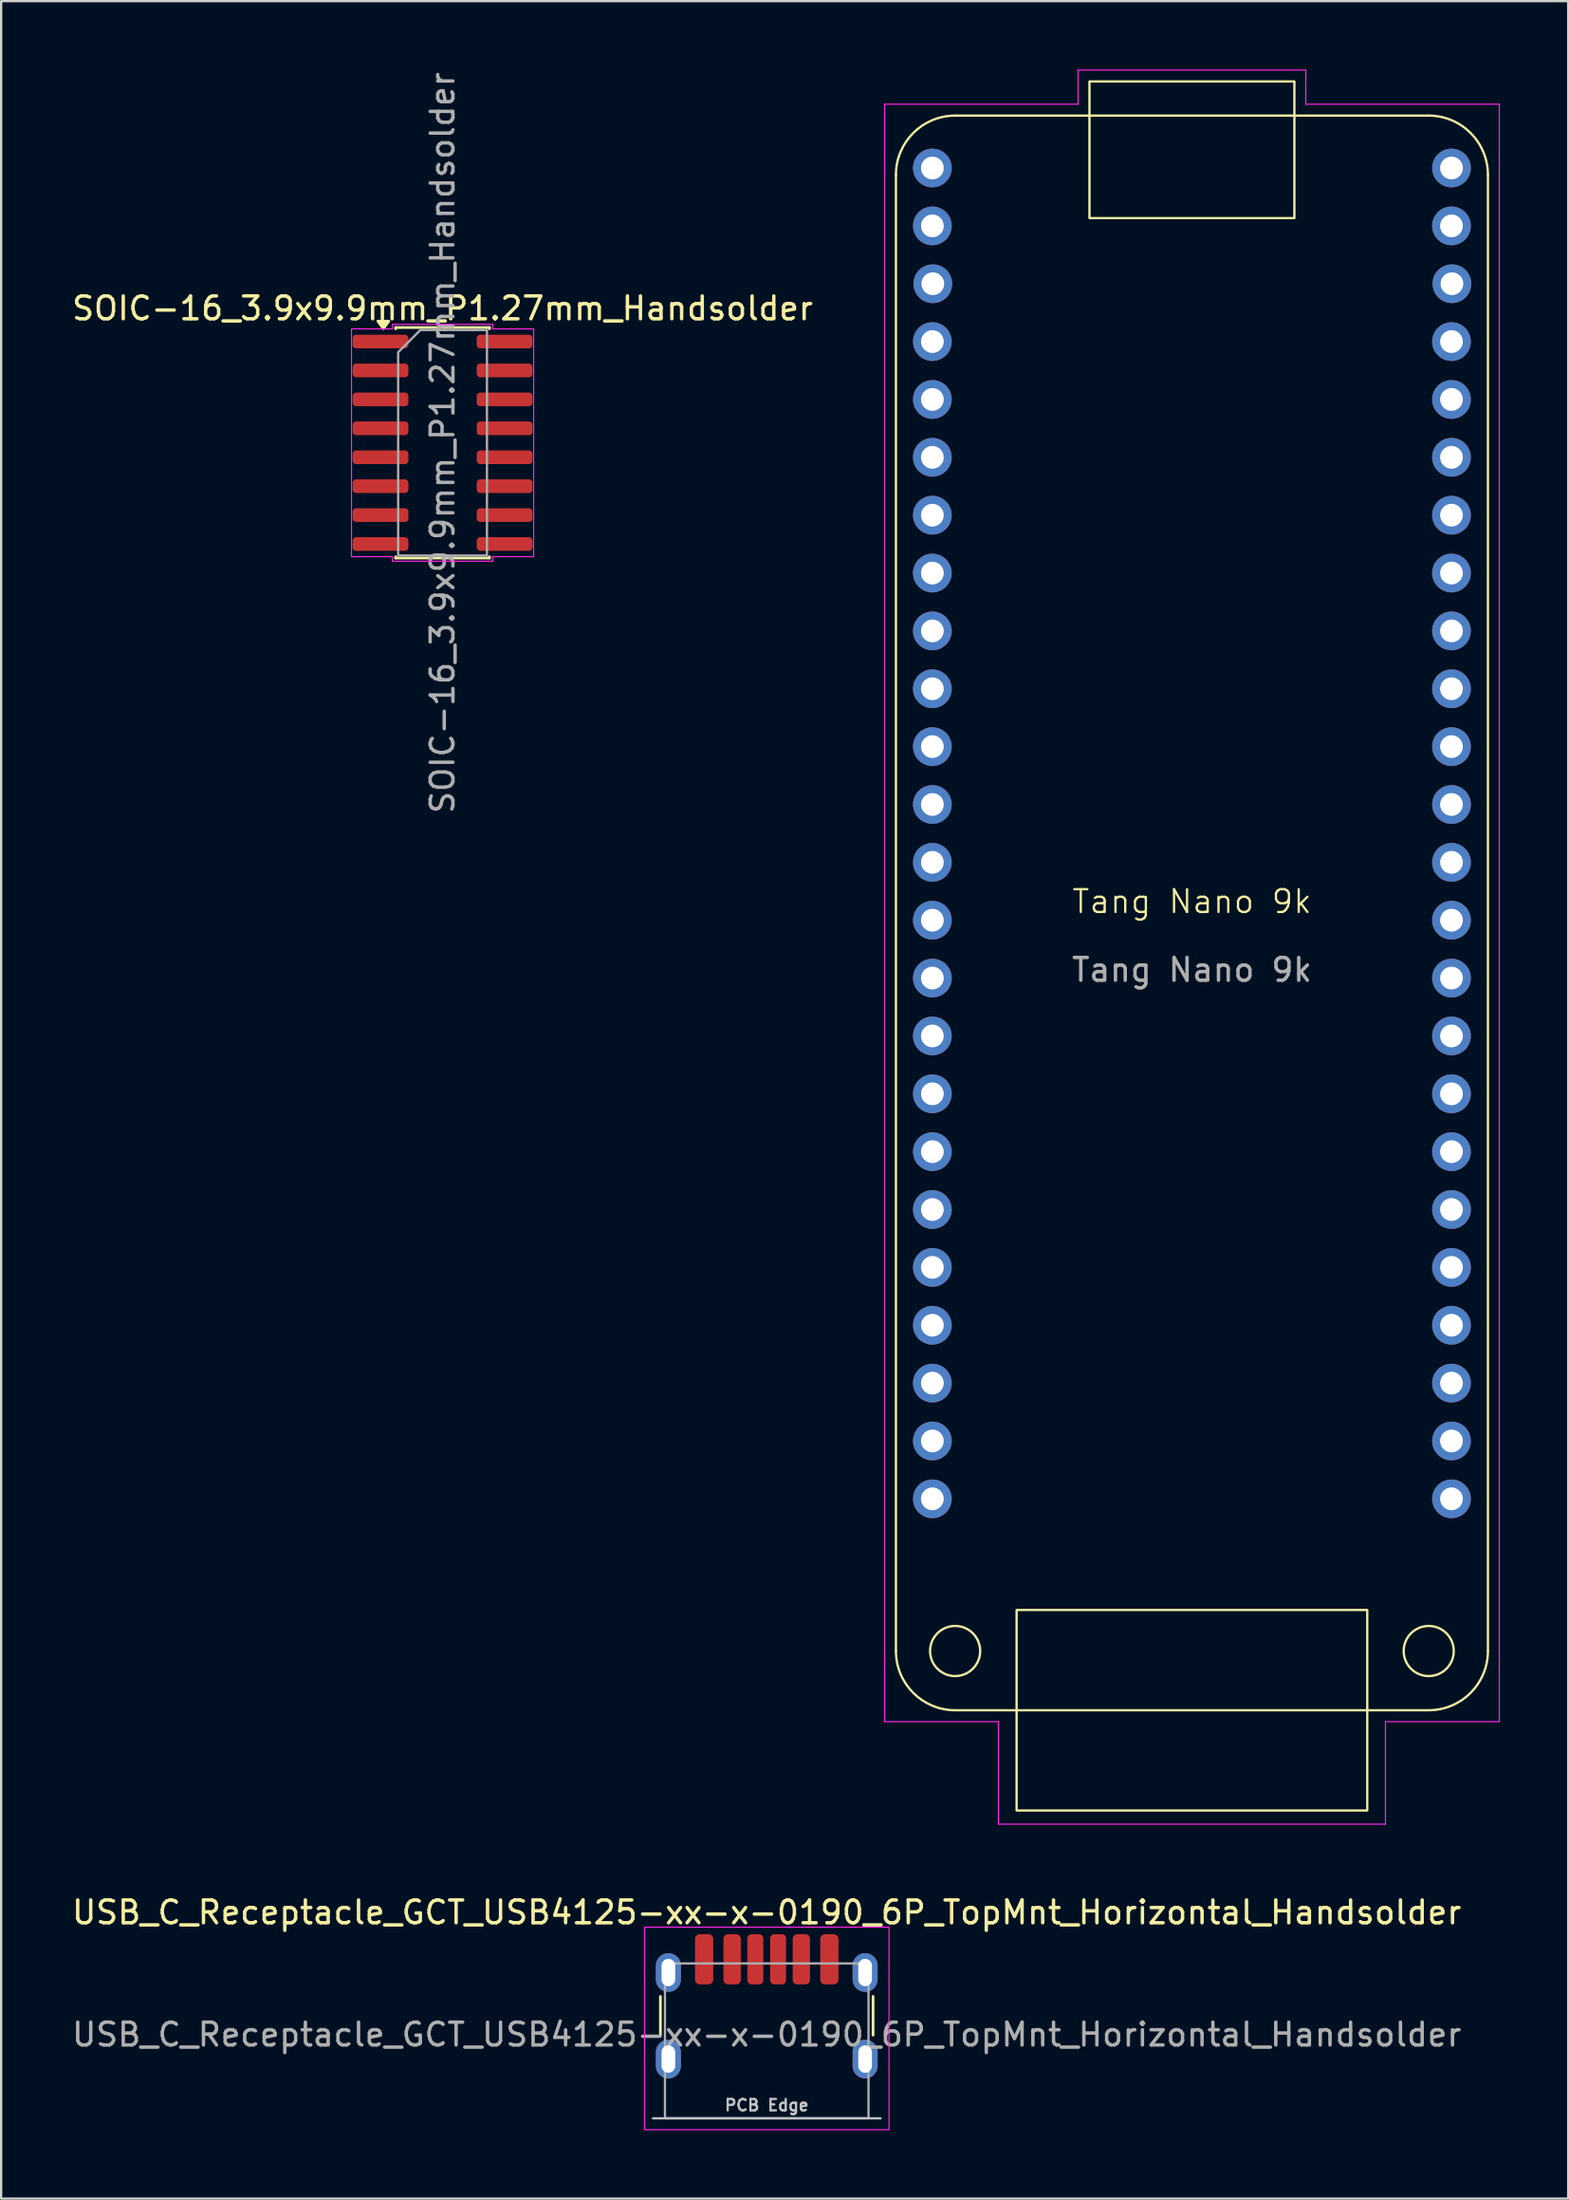
<source format=kicad_pcb>
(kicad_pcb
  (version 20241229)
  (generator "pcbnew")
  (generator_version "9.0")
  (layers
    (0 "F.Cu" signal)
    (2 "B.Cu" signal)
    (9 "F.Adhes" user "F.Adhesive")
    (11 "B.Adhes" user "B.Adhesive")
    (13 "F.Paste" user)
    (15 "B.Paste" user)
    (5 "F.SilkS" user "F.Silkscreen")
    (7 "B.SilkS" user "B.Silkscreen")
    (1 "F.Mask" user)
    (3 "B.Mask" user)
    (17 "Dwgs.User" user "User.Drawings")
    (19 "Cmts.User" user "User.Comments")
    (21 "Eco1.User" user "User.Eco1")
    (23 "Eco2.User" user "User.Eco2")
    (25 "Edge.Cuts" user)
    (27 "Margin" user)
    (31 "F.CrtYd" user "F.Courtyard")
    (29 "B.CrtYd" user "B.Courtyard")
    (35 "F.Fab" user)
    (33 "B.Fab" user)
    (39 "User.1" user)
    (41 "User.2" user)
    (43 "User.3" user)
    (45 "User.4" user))
  (footprint "USB_C_Receptacle_GCT_USB4125-xx-x-0190_6P_TopMnt_Horizontal_Handsolder"
    (layer "F.Cu")
    (at 30.625 86.538)
    (property "Reference" "USB_C_Receptacle_GCT_USB4125-xx-x-0190_6P_TopMnt_Horizontal_Handsolder" (at 0 -5.64 0) (unlocked yes) (layer "F.SilkS") (effects (font (size 1 1) (thickness 0.15))))
    (attr smd)
    (fp_line (start -4.67 -0.25) (end -4.67 -1.95) (stroke (width 0.12) (type solid)) (layer "F.SilkS"))
    (fp_line (start 4.67 -0.25) (end 4.67 -1.95) (stroke (width 0.12) (type solid)) (layer "F.SilkS"))
    (fp_line (start 5 3.4) (end -5 3.4) (stroke (width 0.1) (type solid)) (layer "Dwgs.User"))
    (fp_rect (start -5.37 -4.99) (end 5.37 3.9) (stroke (width 0.05) (type solid)) (fill no) (layer "F.CrtYd"))
    (fp_rect (start -4.47 -3.4) (end 4.47 3.4) (stroke (width 0.1) (type solid)) (fill no) (layer "F.Fab"))
    (fp_text user "PCB Edge" (at 0 2.825 0) (unlocked yes) (layer "Dwgs.User") (effects (font (size 0.5 0.5) (thickness 0.1))))
    (fp_text user "${REFERENCE}" (at 0 -0.275 0) (unlocked yes) (layer "F.Fab") (effects (font (size 1 1) (thickness 0.15))))
    (pad "A5" smd roundrect (at -0.5 -3.58) (size 0.7 2.2) (layers "F.Cu" "F.Mask" "F.Paste") (roundrect_rratio 0.25))
    (pad "A9" smd roundrect (at 1.52 -3.58 180) (size 0.76 2.2) (layers "F.Cu" "F.Mask" "F.Paste") (roundrect_rratio 0.25))
    (pad "A12" smd roundrect (at 2.75 -3.58 180) (size 0.8 2.2) (layers "F.Cu" "F.Mask" "F.Paste") (roundrect_rratio 0.25))
    (pad "B5" smd roundrect (at 0.5 -3.58 180) (size 0.7 2.2) (layers "F.Cu" "F.Mask" "F.Paste") (roundrect_rratio 0.25))
    (pad "B9" smd roundrect (at -1.52 -3.58) (size 0.76 2.2) (layers "F.Cu" "F.Mask" "F.Paste") (roundrect_rratio 0.25))
    (pad "B12" smd roundrect (at -2.75 -3.58) (size 0.8 2.2) (layers "F.Cu" "F.Mask" "F.Paste") (roundrect_rratio 0.25))
    (pad "S1" thru_hole oval (at -4.32 -3) (size 1.1 1.7) (drill oval 0.6 1.2) (property pad_prop_heatsink) (layers "*.Cu" "*.Mask" "F.Paste"))
    (pad "S1" thru_hole oval (at -4.32 0.8) (size 1.1 1.7) (drill oval 0.6 1.2) (property pad_prop_heatsink) (layers "*.Cu" "*.Mask" "F.Paste"))
    (pad "S1" thru_hole oval (at 4.32 -3) (size 1.1 1.7) (drill oval 0.6 1.2) (property pad_prop_heatsink) (layers "*.Cu" "*.Mask" "F.Paste"))
    (pad "S1" thru_hole oval (at 4.32 0.8) (size 1.1 1.7) (drill oval 0.6 1.2) (property pad_prop_heatsink) (layers "*.Cu" "*.Mask" "F.Paste")))
  (footprint "SOIC-16_3.9x9.9mm_P1.27mm_Handsolder"
    (layer "F.Cu")
    (at 16.387 16.387)
    (property "Reference" "SOIC-16_3.9x9.9mm_P1.27mm_Handsolder" (at 0 -5.9 0) (layer "F.SilkS") (effects (font (size 1 1) (thickness 0.15))))
    (attr smd)
    (fp_line (start -2.06 -5.06) (end 2.06 -5.06) (stroke (width 0.12) (type solid)) (layer "F.SilkS"))
    (fp_line (start -2.06 -5.005) (end -2.06 -5.06) (stroke (width 0.12) (type solid)) (layer "F.SilkS"))
    (fp_line (start -2.06 5.06) (end -2.06 5.005) (stroke (width 0.12) (type solid)) (layer "F.SilkS"))
    (fp_line (start 2.06 -5.06) (end 2.06 -5.005) (stroke (width 0.12) (type solid)) (layer "F.SilkS"))
    (fp_line (start 2.06 5.005) (end 2.06 5.06) (stroke (width 0.12) (type solid)) (layer "F.SilkS"))
    (fp_line (start 2.06 5.06) (end -2.06 5.06) (stroke (width 0.12) (type solid)) (layer "F.SilkS"))
    (fp_poly (pts (xy -2.6 -5.01) (xy -2.84 -5.34) (xy -2.36 -5.34)) (stroke (width 0.12) (type solid)) (fill yes) (layer "F.SilkS"))
    (fp_line (start -4 -5) (end -2.2 -5) (stroke (width 0.05) (type solid)) (layer "F.CrtYd"))
    (fp_line (start -4 5) (end -4 -5) (stroke (width 0.05) (type solid)) (layer "F.CrtYd"))
    (fp_line (start -2.2 -5.2) (end 2.2 -5.2) (stroke (width 0.05) (type solid)) (layer "F.CrtYd"))
    (fp_line (start -2.2 -5) (end -2.2 -5.2) (stroke (width 0.05) (type solid)) (layer "F.CrtYd"))
    (fp_line (start -2.2 5) (end -4 5) (stroke (width 0.05) (type solid)) (layer "F.CrtYd"))
    (fp_line (start -2.2 5.2) (end -2.2 5) (stroke (width 0.05) (type solid)) (layer "F.CrtYd"))
    (fp_line (start 2.2 -5.2) (end 2.2 -5) (stroke (width 0.05) (type solid)) (layer "F.CrtYd"))
    (fp_line (start 2.2 -5) (end 4 -5) (stroke (width 0.05) (type solid)) (layer "F.CrtYd"))
    (fp_line (start 2.2 5) (end 2.2 5.2) (stroke (width 0.05) (type solid)) (layer "F.CrtYd"))
    (fp_line (start 2.2 5.2) (end -2.2 5.2) (stroke (width 0.05) (type solid)) (layer "F.CrtYd"))
    (fp_line (start 4 -5) (end 4 5) (stroke (width 0.05) (type solid)) (layer "F.CrtYd"))
    (fp_line (start 4 5) (end 2.2 5) (stroke (width 0.05) (type solid)) (layer "F.CrtYd"))
    (fp_poly (pts (xy -0.975 -4.95) (xy 1.95 -4.95) (xy 1.95 4.95) (xy -1.95 4.95) (xy -1.95 -3.975)) (stroke (width 0.1) (type solid)) (fill no) (layer "F.Fab"))
    (fp_text user "${REFERENCE}" (at 0 0 90) (layer "F.Fab") (effects (font (size 1 1) (thickness 0.15))))
    (pad "1" smd roundrect (at -2.725 -4.445) (size 2.45 0.6) (layers "F.Cu" "F.Mask" "F.Paste") (roundrect_rratio 0.25))
    (pad "2" smd roundrect (at -2.725 -3.175) (size 2.45 0.6) (layers "F.Cu" "F.Mask" "F.Paste") (roundrect_rratio 0.25))
    (pad "3" smd roundrect (at -2.725 -1.905) (size 2.45 0.6) (layers "F.Cu" "F.Mask" "F.Paste") (roundrect_rratio 0.25))
    (pad "4" smd roundrect (at -2.725 -0.635) (size 2.45 0.6) (layers "F.Cu" "F.Mask" "F.Paste") (roundrect_rratio 0.25))
    (pad "5" smd roundrect (at -2.725 0.635) (size 2.45 0.6) (layers "F.Cu" "F.Mask" "F.Paste") (roundrect_rratio 0.25))
    (pad "6" smd roundrect (at -2.725 1.905) (size 2.45 0.6) (layers "F.Cu" "F.Mask" "F.Paste") (roundrect_rratio 0.25))
    (pad "7" smd roundrect (at -2.725 3.175) (size 2.45 0.6) (layers "F.Cu" "F.Mask" "F.Paste") (roundrect_rratio 0.25))
    (pad "8" smd roundrect (at -2.725 4.445) (size 2.45 0.6) (layers "F.Cu" "F.Mask" "F.Paste") (roundrect_rratio 0.25))
    (pad "9" smd roundrect (at 2.725 4.445) (size 2.45 0.6) (layers "F.Cu" "F.Mask" "F.Paste") (roundrect_rratio 0.25))
    (pad "10" smd roundrect (at 2.725 3.175) (size 2.45 0.6) (layers "F.Cu" "F.Mask" "F.Paste") (roundrect_rratio 0.25))
    (pad "11" smd roundrect (at 2.725 1.905) (size 2.45 0.6) (layers "F.Cu" "F.Mask" "F.Paste") (roundrect_rratio 0.25))
    (pad "12" smd roundrect (at 2.725 0.635) (size 2.45 0.6) (layers "F.Cu" "F.Mask" "F.Paste") (roundrect_rratio 0.25))
    (pad "13" smd roundrect (at 2.725 -0.635) (size 2.45 0.6) (layers "F.Cu" "F.Mask" "F.Paste") (roundrect_rratio 0.25))
    (pad "14" smd roundrect (at 2.725 -1.905) (size 2.45 0.6) (layers "F.Cu" "F.Mask" "F.Paste") (roundrect_rratio 0.25))
    (pad "15" smd roundrect (at 2.725 -3.175) (size 2.45 0.6) (layers "F.Cu" "F.Mask" "F.Paste") (roundrect_rratio 0.25))
    (pad "16" smd roundrect (at 2.725 -4.445) (size 2.45 0.6) (layers "F.Cu" "F.Mask" "F.Paste") (roundrect_rratio 0.25)))
  (footprint "Tang Nano 9k"
    (layer "F.Cu")
    (at 49.299 4.325)
    (property "Reference" "Tang Nano 9k" (at 0 32.2 0) (unlocked yes) (layer "F.SilkS") (effects (font (size 1 1) (thickness 0.1))))
    (attr through_hole)
    (fp_line (start -13 65.1) (end -13 0.3) (stroke (width 0.1) (type default)) (layer "F.SilkS"))
    (fp_line (start -10.4 -2.3) (end 10.4 -2.3) (stroke (width 0.1) (type default)) (layer "F.SilkS"))
    (fp_line (start 10.4 67.7) (end -10.4 67.7) (stroke (width 0.1) (type default)) (layer "F.SilkS"))
    (fp_line (start 13 0.3) (end 13 65.1) (stroke (width 0.1) (type default)) (layer "F.SilkS"))
    (fp_rect (start -7.7 63.3) (end 7.7 72.1) (stroke (width 0.1) (type default)) (fill no) (layer "F.SilkS"))
    (fp_rect (start -4.5 -3.8) (end 4.5 2.2) (stroke (width 0.1) (type default)) (fill no) (layer "F.SilkS"))
    (fp_arc (start -13 0.3) (mid -12.238478 -1.538478) (end -10.4 -2.3) (stroke (width 0.1) (type default)) (layer "F.SilkS"))
    (fp_arc (start -10.4 67.7) (mid -12.238478 66.938478) (end -13 65.1) (stroke (width 0.1) (type default)) (layer "F.SilkS"))
    (fp_arc (start -9.300001 65.100001) (mid -11.500001 65.100001) (end -9.300001 65.100001) (stroke (width 0.1) (type default)) (layer "F.SilkS"))
    (fp_arc (start 10.4 -2.3) (mid 12.238478 -1.538478) (end 13 0.3) (stroke (width 0.1) (type default)) (layer "F.SilkS"))
    (fp_arc (start 11.5 65.1) (mid 9.3 65.1) (end 11.5 65.1) (stroke (width 0.1) (type default)) (layer "F.SilkS"))
    (fp_arc (start 13 65.1) (mid 12.238478 66.938478) (end 10.4 67.7) (stroke (width 0.1) (type default)) (layer "F.SilkS"))
    (fp_line (start -13.5 -2.8) (end -5 -2.8) (stroke (width 0.05) (type default)) (layer "F.CrtYd"))
    (fp_line (start -13.5 68.2) (end -13.5 -2.8) (stroke (width 0.05) (type default)) (layer "F.CrtYd"))
    (fp_line (start -8.5 68.2) (end -13.5 68.2) (stroke (width 0.05) (type default)) (layer "F.CrtYd"))
    (fp_line (start -8.5 72.7) (end -8.5 68.2) (stroke (width 0.05) (type default)) (layer "F.CrtYd"))
    (fp_line (start -5 -4.3) (end 5 -4.3) (stroke (width 0.05) (type default)) (layer "F.CrtYd"))
    (fp_line (start -5 -2.8) (end -5 -4.3) (stroke (width 0.05) (type default)) (layer "F.CrtYd"))
    (fp_line (start 5 -4.3) (end 5 -2.8) (stroke (width 0.05) (type default)) (layer "F.CrtYd"))
    (fp_line (start 5 -2.8) (end 13.5 -2.8) (stroke (width 0.05) (type default)) (layer "F.CrtYd"))
    (fp_line (start 8.5 68.2) (end 8.5 72.7) (stroke (width 0.05) (type default)) (layer "F.CrtYd"))
    (fp_line (start 8.5 72.7) (end -8.5 72.7) (stroke (width 0.05) (type default)) (layer "F.CrtYd"))
    (fp_line (start 13.5 -2.8) (end 13.5 68.2) (stroke (width 0.05) (type default)) (layer "F.CrtYd"))
    (fp_line (start 13.5 68.2) (end 8.5 68.2) (stroke (width 0.05) (type default)) (layer "F.CrtYd"))
    (fp_text user "${REFERENCE}" (at 0 35.2 0) (unlocked yes) (layer "F.Fab") (effects (font (size 1 1) (thickness 0.15))))
    (pad "1" thru_hole oval (at -11.4 0) (size 1.7 1.7) (drill 1) (layers "*.Cu" "*.Mask"))
    (pad "2" thru_hole oval (at -11.4 2.54) (size 1.7 1.7) (drill 1) (layers "*.Cu" "*.Mask"))
    (pad "3" thru_hole oval (at -11.38 5.08) (size 1.7 1.7) (drill 1) (layers "*.Cu" "*.Mask"))
    (pad "4" thru_hole oval (at -11.4 7.62) (size 1.7 1.7) (drill 1) (layers "*.Cu" "*.Mask"))
    (pad "5" thru_hole oval (at -11.4 10.16) (size 1.7 1.7) (drill 1) (layers "*.Cu" "*.Mask"))
    (pad "6" thru_hole oval (at -11.4 12.7) (size 1.7 1.7) (drill 1) (layers "*.Cu" "*.Mask"))
    (pad "7" thru_hole oval (at -11.4 15.24) (size 1.7 1.7) (drill 1) (layers "*.Cu" "*.Mask"))
    (pad "8" thru_hole oval (at -11.4 17.78) (size 1.7 1.7) (drill 1) (layers "*.Cu" "*.Mask"))
    (pad "9" thru_hole oval (at -11.4 20.32) (size 1.7 1.7) (drill 1) (layers "*.Cu" "*.Mask"))
    (pad "10" thru_hole oval (at -11.4 22.86) (size 1.7 1.7) (drill 1) (layers "*.Cu" "*.Mask"))
    (pad "11" thru_hole oval (at -11.4 25.4) (size 1.7 1.7) (drill 1) (layers "*.Cu" "*.Mask"))
    (pad "12" thru_hole oval (at -11.4 27.94) (size 1.7 1.7) (drill 1) (layers "*.Cu" "*.Mask"))
    (pad "13" thru_hole oval (at -11.4 30.48) (size 1.7 1.7) (drill 1) (layers "*.Cu" "*.Mask"))
    (pad "14" thru_hole oval (at -11.4 33.02) (size 1.7 1.7) (drill 1) (layers "*.Cu" "*.Mask"))
    (pad "15" thru_hole oval (at -11.4 35.56) (size 1.7 1.7) (drill 1) (layers "*.Cu" "*.Mask"))
    (pad "16" thru_hole oval (at -11.4 38.1) (size 1.7 1.7) (drill 1) (layers "*.Cu" "*.Mask"))
    (pad "17" thru_hole oval (at -11.4 40.64) (size 1.7 1.7) (drill 1) (layers "*.Cu" "*.Mask"))
    (pad "18" thru_hole oval (at -11.4 43.18) (size 1.7 1.7) (drill 1) (layers "*.Cu" "*.Mask"))
    (pad "19" thru_hole oval (at -11.4 45.72) (size 1.7 1.7) (drill 1) (layers "*.Cu" "*.Mask"))
    (pad "20" thru_hole oval (at -11.4 48.26) (size 1.7 1.7) (drill 1) (layers "*.Cu" "*.Mask"))
    (pad "21" thru_hole oval (at -11.4 50.8) (size 1.7 1.7) (drill 1) (layers "*.Cu" "*.Mask"))
    (pad "22" thru_hole oval (at -11.4 53.34) (size 1.7 1.7) (drill 1) (layers "*.Cu" "*.Mask"))
    (pad "23" thru_hole oval (at -11.4 55.88) (size 1.7 1.7) (drill 1) (layers "*.Cu" "*.Mask"))
    (pad "24" thru_hole oval (at -11.4 58.42) (size 1.7 1.7) (drill 1) (layers "*.Cu" "*.Mask"))
    (pad "25" thru_hole oval (at 11.4 58.42) (size 1.7 1.7) (drill 1) (layers "*.Cu" "*.Mask"))
    (pad "26" thru_hole oval (at 11.4 55.88) (size 1.7 1.7) (drill 1) (layers "*.Cu" "*.Mask"))
    (pad "27" thru_hole oval (at 11.4 53.34) (size 1.7 1.7) (drill 1) (layers "*.Cu" "*.Mask"))
    (pad "28" thru_hole oval (at 11.4 50.8) (size 1.7 1.7) (drill 1) (layers "*.Cu" "*.Mask"))
    (pad "29" thru_hole oval (at 11.4 48.26) (size 1.7 1.7) (drill 1) (layers "*.Cu" "*.Mask"))
    (pad "30" thru_hole oval (at 11.4 45.72) (size 1.7 1.7) (drill 1) (layers "*.Cu" "*.Mask"))
    (pad "31" thru_hole oval (at 11.4 43.18) (size 1.7 1.7) (drill 1) (layers "*.Cu" "*.Mask"))
    (pad "32" thru_hole oval (at 11.4 40.64) (size 1.7 1.7) (drill 1) (layers "*.Cu" "*.Mask"))
    (pad "33" thru_hole oval (at 11.4 38.1) (size 1.7 1.7) (drill 1) (layers "*.Cu" "*.Mask"))
    (pad "34" thru_hole oval (at 11.4 35.56) (size 1.7 1.7) (drill 1) (layers "*.Cu" "*.Mask"))
    (pad "35" thru_hole oval (at 11.4 33.02) (size 1.7 1.7) (drill 1) (layers "*.Cu" "*.Mask"))
    (pad "36" thru_hole oval (at 11.4 30.48) (size 1.7 1.7) (drill 1) (layers "*.Cu" "*.Mask"))
    (pad "37" thru_hole oval (at 11.4 27.94) (size 1.7 1.7) (drill 1) (layers "*.Cu" "*.Mask"))
    (pad "38" thru_hole oval (at 11.4 25.4) (size 1.7 1.7) (drill 1) (layers "*.Cu" "*.Mask"))
    (pad "39" thru_hole oval (at 11.4 22.86) (size 1.7 1.7) (drill 1) (layers "*.Cu" "*.Mask"))
    (pad "40" thru_hole oval (at 11.4 20.32) (size 1.7 1.7) (drill 1) (layers "*.Cu" "*.Mask"))
    (pad "41" thru_hole oval (at 11.4 17.78) (size 1.7 1.7) (drill 1) (layers "*.Cu" "*.Mask"))
    (pad "42" thru_hole oval (at 11.4 15.24) (size 1.7 1.7) (drill 1) (layers "*.Cu" "*.Mask"))
    (pad "43" thru_hole oval (at 11.4 12.7) (size 1.7 1.7) (drill 1) (layers "*.Cu" "*.Mask"))
    (pad "44" thru_hole oval (at 11.4 10.16) (size 1.7 1.7) (drill 1) (layers "*.Cu" "*.Mask"))
    (pad "45" thru_hole oval (at 11.4 7.62) (size 1.7 1.7) (drill 1) (layers "*.Cu" "*.Mask"))
    (pad "46" thru_hole oval (at 11.42 5.08) (size 1.7 1.7) (drill 1) (layers "*.Cu" "*.Mask"))
    (pad "47" thru_hole oval (at 11.4 2.54) (size 1.7 1.7) (drill 1) (layers "*.Cu" "*.Mask"))
    (pad "48" thru_hole oval (at 11.4 0) (size 1.7 1.7) (drill 1) (layers "*.Cu" "*.Mask")))
  (gr_rect
    (start -3 -3)
    (end 65.824 93.463)
    (stroke (width 0.1) (type default))
    (fill no)
    (layer "Edge.Cuts")))
</source>
